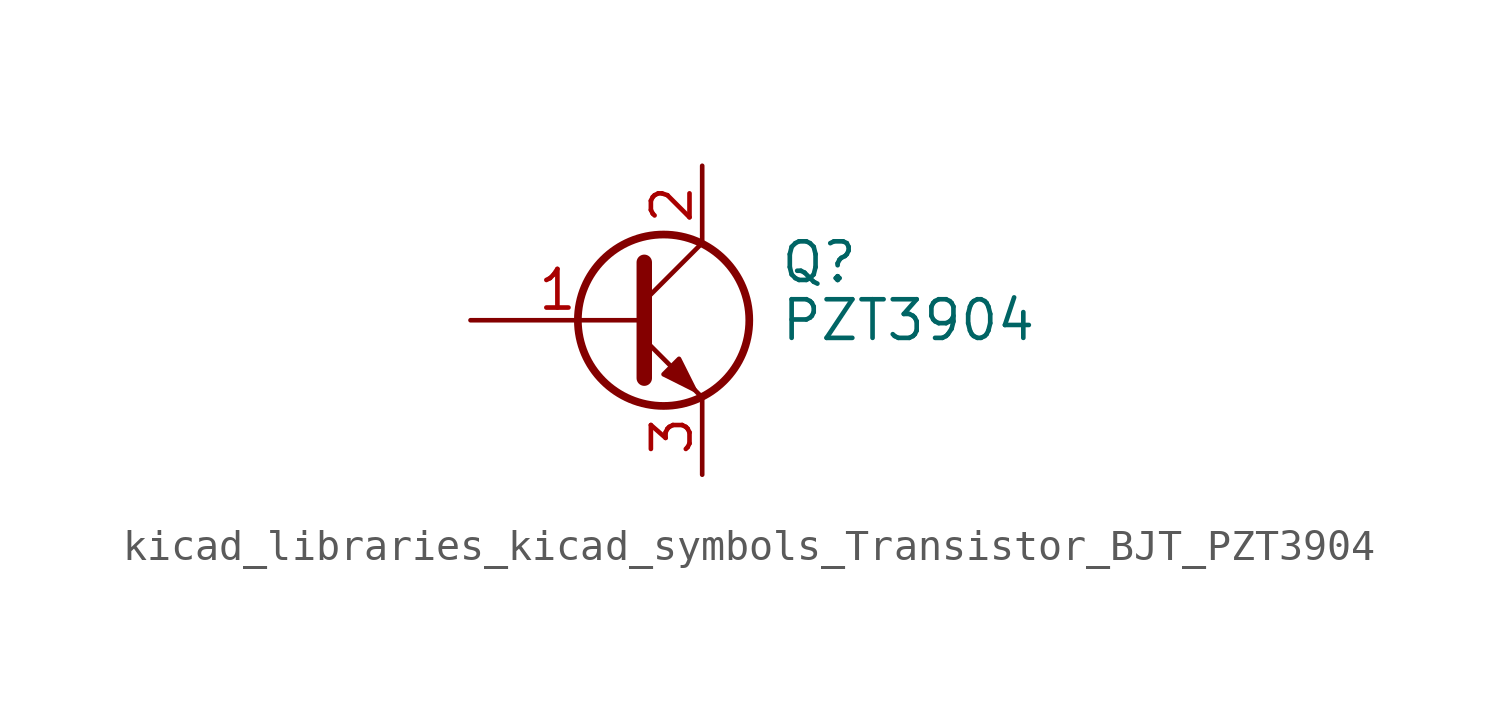
<source format=kicad_sym>
(kicad_symbol_lib
  (version 20220914)
  (generator kicad_symbol_editor)
  (symbol "kicad_libraries_kicad_symbols_Transistor_BJT_PZT3904"
    (pin_names
      (offset 0) hide)
    (property "Reference" "Q"
      (at 5.08 1.905 0)
      (effects (font (size 1.27 1.27)) (justify left)))
    (property "Value" "PZT3904"
      (at 5.08 0 0)
      (effects (font (size 1.27 1.27)) (justify left)))
    (symbol "kicad_libraries_kicad_symbols_Transistor_BJT_PZT3904_0_1"
      (polyline (pts (xy 0.635 0.635) (xy 2.54 2.54)) (stroke (width 0) (type default)) (fill (type none)))
      (polyline (pts (xy 0.635 -0.635) (xy 2.54 -2.54) (xy 2.54 -2.54)) (stroke (width 0) (type default)) (fill (type none)))
      (polyline (pts (xy 0.635 1.905) (xy 0.635 -1.905) (xy 0.635 -1.905)) (stroke (width 0.508) (type default)) (fill (type none)))
      (polyline (pts (xy 1.27 -1.778) (xy 1.778 -1.27) (xy 2.286 -2.286) (xy 1.27 -1.778) (xy 1.27 -1.778)) (stroke (width 0) (type default)) (fill (type outline)))
      (circle (center 1.27 0) (radius 2.819) (stroke (width 0.254) (type default)) (fill (type none))))
    (symbol "kicad_libraries_kicad_symbols_Transistor_BJT_PZT3904_1_1"
      (pin input line (at -5.08 0 0) (length 5.715) (name "B" (effects (font (size 1.27 1.27)))) (number "1" (effects (font (size 1.27 1.27)))))
      (pin passive line (at 2.54 5.08 270) (length 2.54) (name "C" (effects (font (size 1.27 1.27)))) (number "2" (effects (font (size 1.27 1.27)))))
      (pin passive line (at 2.54 -5.08 90) (length 2.54) (name "E" (effects (font (size 1.27 1.27)))) (number "3" (effects (font (size 1.27 1.27)))))
      (pin passive line (at 2.54 5.08 270) (length 2.54) hide (name "C" (effects (font (size 1.27 1.27)))) (number "4" (effects (font (size 1.27 1.27))))))))
</source>
